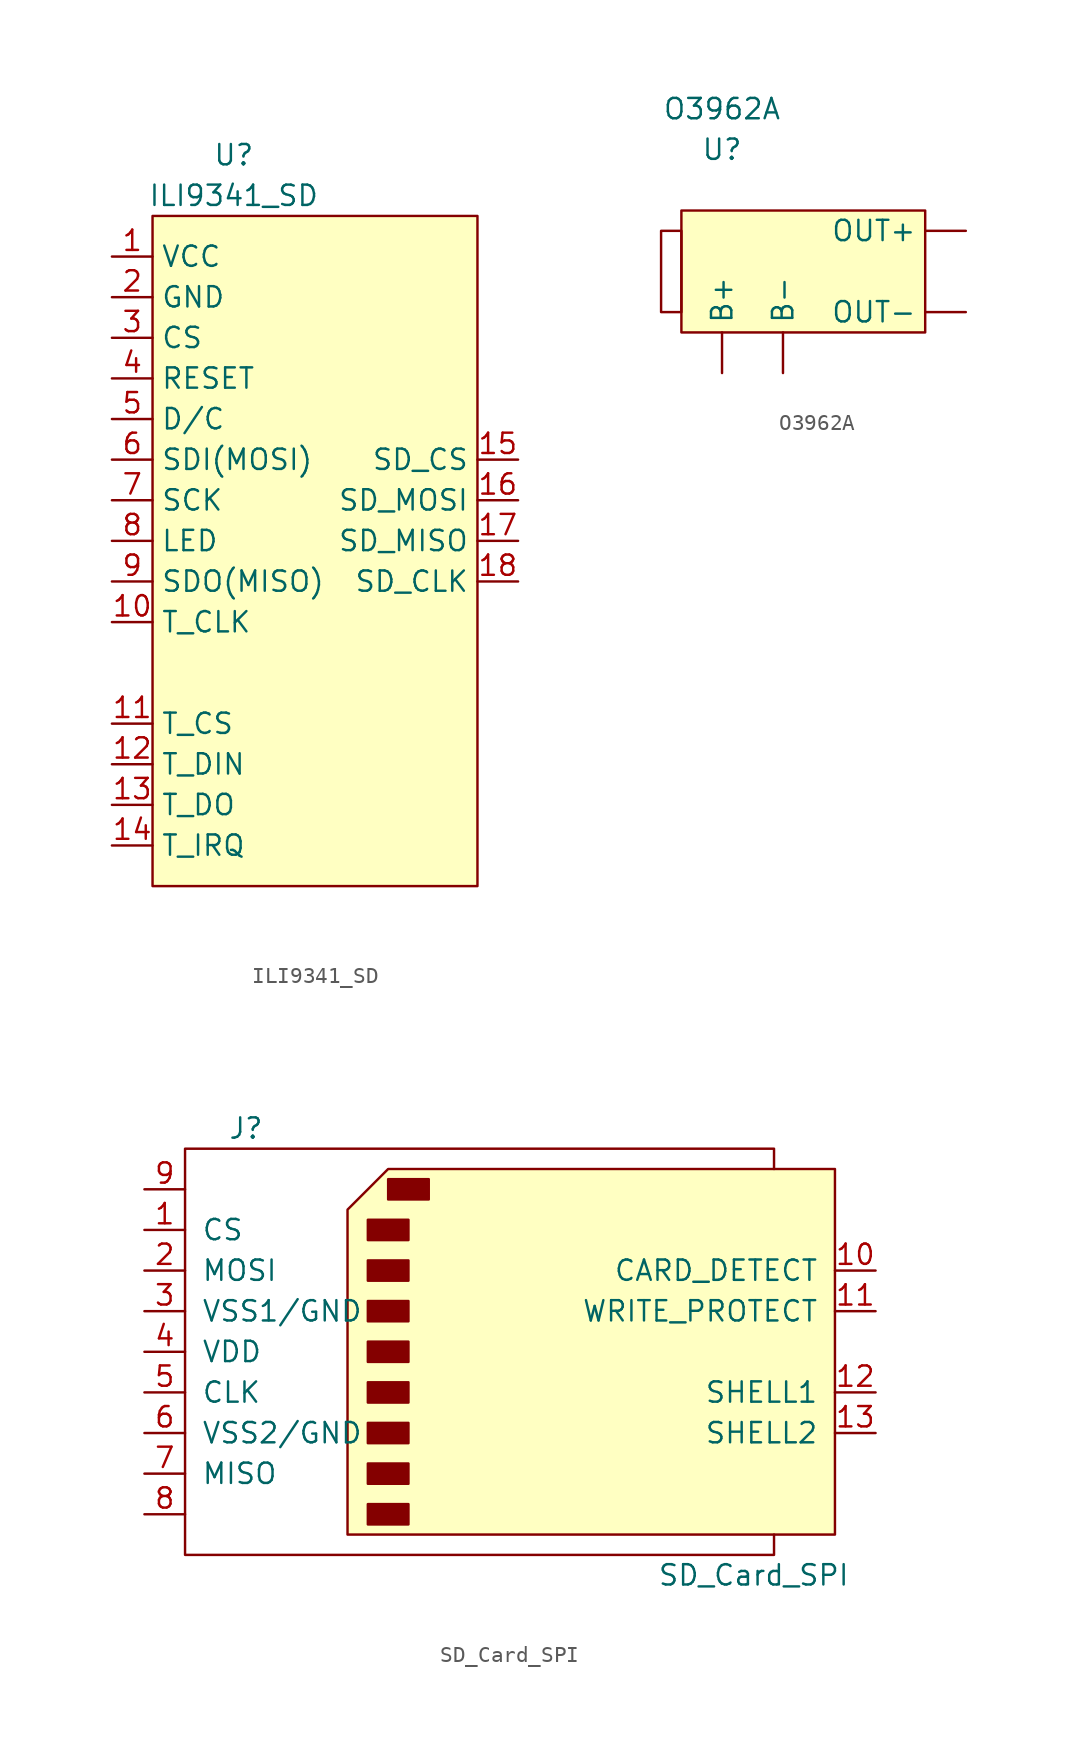
<source format=kicad_sym>
(kicad_symbol_lib
  (version 20211014)
  (generator kicad_symbol_editor)
  (symbol "ILI9341_SD"
    (property "Reference" "U"
      (at 0 12.7 0)
      (effects (font (size 1.27 1.27))))
    (property "Value" "ILI9341_SD"
      (at 0 10.16 0)
      (effects (font (size 1.27 1.27))))
    (symbol "ILI9341_SD_0_1"
      (rectangle (start -5.08 8.89) (end 15.24 -33.02) (stroke (width 0) (type default) (color 0 0 0 0)) (fill (type background))))
    (symbol "ILI9341_SD_1_1"
      (pin power_in line (at -7.62 6.35 0) (length 2.54) (name "VCC" (effects (font (size 1.27 1.27)))) (number "1" (effects (font (size 1.27 1.27)))))
      (pin input line (at -7.62 -16.51 0) (length 2.54) (name "T_CLK" (effects (font (size 1.27 1.27)))) (number "10" (effects (font (size 1.27 1.27)))))
      (pin input line (at -7.62 -22.86 0) (length 2.54) (name "T_CS" (effects (font (size 1.27 1.27)))) (number "11" (effects (font (size 1.27 1.27)))))
      (pin input line (at -7.62 -25.4 0) (length 2.54) (name "T_DIN" (effects (font (size 1.27 1.27)))) (number "12" (effects (font (size 1.27 1.27)))))
      (pin output line (at -7.62 -27.94 0) (length 2.54) (name "T_DO" (effects (font (size 1.27 1.27)))) (number "13" (effects (font (size 1.27 1.27)))))
      (pin output line (at -7.62 -30.48 0) (length 2.54) (name "T_IRQ" (effects (font (size 1.27 1.27)))) (number "14" (effects (font (size 1.27 1.27)))))
      (pin input line (at 17.78 -6.35 180) (length 2.54) (name "SD_CS" (effects (font (size 1.27 1.27)))) (number "15" (effects (font (size 1.27 1.27)))))
      (pin input line (at 17.78 -8.89 180) (length 2.54) (name "SD_MOSI" (effects (font (size 1.27 1.27)))) (number "16" (effects (font (size 1.27 1.27)))))
      (pin output line (at 17.78 -11.43 180) (length 2.54) (name "SD_MISO" (effects (font (size 1.27 1.27)))) (number "17" (effects (font (size 1.27 1.27)))))
      (pin input line (at 17.78 -13.97 180) (length 2.54) (name "SD_CLK" (effects (font (size 1.27 1.27)))) (number "18" (effects (font (size 1.27 1.27)))))
      (pin power_out line (at -7.62 3.81 0) (length 2.54) (name "GND" (effects (font (size 1.27 1.27)))) (number "2" (effects (font (size 1.27 1.27)))))
      (pin input line (at -7.62 1.27 0) (length 2.54) (name "CS" (effects (font (size 1.27 1.27)))) (number "3" (effects (font (size 1.27 1.27)))))
      (pin input line (at -7.62 -1.27 0) (length 2.54) (name "RESET" (effects (font (size 1.27 1.27)))) (number "4" (effects (font (size 1.27 1.27)))))
      (pin input line (at -7.62 -3.81 0) (length 2.54) (name "D/C" (effects (font (size 1.27 1.27)))) (number "5" (effects (font (size 1.27 1.27)))))
      (pin input line (at -7.62 -6.35 0) (length 2.54) (name "SDI(MOSI)" (effects (font (size 1.27 1.27)))) (number "6" (effects (font (size 1.27 1.27)))))
      (pin input line (at -7.62 -8.89 0) (length 2.54) (name "SCK" (effects (font (size 1.27 1.27)))) (number "7" (effects (font (size 1.27 1.27)))))
      (pin input line (at -7.62 -11.43 0) (length 2.54) (name "LED" (effects (font (size 1.27 1.27)))) (number "8" (effects (font (size 1.27 1.27)))))
      (pin output line (at -7.62 -13.97 0) (length 2.54) (name "SDO(MISO)" (effects (font (size 1.27 1.27)))) (number "9" (effects (font (size 1.27 1.27)))))))
  (symbol "O3962A"
    (property "Reference" "U"
      (at -3.81 5.08 0)
      (effects (font (size 1.27 1.27))))
    (property "Value" "O3962A"
      (at -3.81 7.62 0)
      (effects (font (size 1.27 1.27))))
    (symbol "O3962A_0_1"
      (rectangle (start -7.62 0) (end -6.35 -5.08) (stroke (width 0) (type default) (color 0 0 0 0)) (fill (type none)))
      (rectangle (start -6.35 1.27) (end 8.89 -6.35) (stroke (width 0) (type default) (color 0 0 0 0)) (fill (type background))))
    (symbol "O3962A_1_1"
      (pin power_in line (at -3.81 -8.89 90) (length 2.54) (name "B+" (effects (font (size 1.27 1.27)))) (number "" (effects (font (size 1.27 1.27)))))
      (pin power_out line (at 0 -8.89 90) (length 2.54) (name "B-" (effects (font (size 1.27 1.27)))) (number "" (effects (font (size 1.27 1.27)))))
      (pin power_out line (at 11.43 0 180) (length 2.54) (name "OUT+" (effects (font (size 1.27 1.27)))) (number "" (effects (font (size 1.27 1.27)))))
      (pin power_in line (at 11.43 -5.08 180) (length 2.54) (name "OUT-" (effects (font (size 1.27 1.27)))) (number "" (effects (font (size 1.27 1.27)))))))
  (symbol "SD_Card_SPI"
    (pin_names
      (offset 1.016))
    (property "Reference" "J"
      (at -16.51 13.97 0)
      (effects (font (size 1.27 1.27))))
    (property "Value" "SD_Card_SPI"
      (at 15.24 -13.97 0)
      (effects (font (size 1.27 1.27))))
    (symbol "SD_Card_SPI_0_1"
      (rectangle (start -8.89 -9.525) (end -6.35 -10.795) (stroke (width 0) (type default) (color 0 0 0 0)) (fill (type outline)))
      (rectangle (start -8.89 -6.985) (end -6.35 -8.255) (stroke (width 0) (type default) (color 0 0 0 0)) (fill (type outline)))
      (rectangle (start -8.89 -4.445) (end -6.35 -5.715) (stroke (width 0) (type default) (color 0 0 0 0)) (fill (type outline)))
      (rectangle (start -8.89 -1.905) (end -6.35 -3.175) (stroke (width 0) (type default) (color 0 0 0 0)) (fill (type outline)))
      (rectangle (start -8.89 0.635) (end -6.35 -0.635) (stroke (width 0) (type default) (color 0 0 0 0)) (fill (type outline)))
      (rectangle (start -8.89 3.175) (end -6.35 1.905) (stroke (width 0) (type default) (color 0 0 0 0)) (fill (type outline)))
      (rectangle (start -8.89 5.715) (end -6.35 4.445) (stroke (width 0) (type default) (color 0 0 0 0)) (fill (type outline)))
      (rectangle (start -8.89 8.255) (end -6.35 6.985) (stroke (width 0) (type default) (color 0 0 0 0)) (fill (type outline)))
      (rectangle (start -7.62 10.795) (end -5.08 9.525) (stroke (width 0) (type default) (color 0 0 0 0)) (fill (type outline)))
      (polyline (pts (xy -10.16 8.89) (xy -7.62 11.43) (xy 20.32 11.43) (xy 20.32 -11.43) (xy -10.16 -11.43) (xy -10.16 8.89)) (stroke (width 0) (type default) (color 0 0 0 0)) (fill (type background)))
      (polyline (pts (xy 16.51 11.43) (xy 16.51 12.7) (xy -20.32 12.7) (xy -20.32 -12.7) (xy 16.51 -12.7) (xy 16.51 -11.43)) (stroke (width 0) (type default) (color 0 0 0 0)) (fill (type none))))
    (symbol "SD_Card_SPI_1_1"
      (pin input line (at -22.86 7.62 0) (length 2.54) (name "CS" (effects (font (size 1.27 1.27)))) (number "1" (effects (font (size 1.27 1.27)))))
      (pin input line (at 22.86 5.08 180) (length 2.54) (name "CARD_DETECT" (effects (font (size 1.27 1.27)))) (number "10" (effects (font (size 1.27 1.27)))))
      (pin input line (at 22.86 2.54 180) (length 2.54) (name "WRITE_PROTECT" (effects (font (size 1.27 1.27)))) (number "11" (effects (font (size 1.27 1.27)))))
      (pin input line (at 22.86 -2.54 180) (length 2.54) (name "SHELL1" (effects (font (size 1.27 1.27)))) (number "12" (effects (font (size 1.27 1.27)))))
      (pin input line (at 22.86 -5.08 180) (length 2.54) (name "SHELL2" (effects (font (size 1.27 1.27)))) (number "13" (effects (font (size 1.27 1.27)))))
      (pin input line (at -22.86 5.08 0) (length 2.54) (name "MOSI" (effects (font (size 1.27 1.27)))) (number "2" (effects (font (size 1.27 1.27)))))
      (pin power_in line (at -22.86 2.54 0) (length 2.54) (name "VSS1/GND" (effects (font (size 1.27 1.27)))) (number "3" (effects (font (size 1.27 1.27)))))
      (pin power_in line (at -22.86 0 0) (length 2.54) (name "VDD" (effects (font (size 1.27 1.27)))) (number "4" (effects (font (size 1.27 1.27)))))
      (pin input line (at -22.86 -2.54 0) (length 2.54) (name "CLK" (effects (font (size 1.27 1.27)))) (number "5" (effects (font (size 1.27 1.27)))))
      (pin power_in line (at -22.86 -5.08 0) (length 2.54) (name "VSS2/GND" (effects (font (size 1.27 1.27)))) (number "6" (effects (font (size 1.27 1.27)))))
      (pin input line (at -22.86 -7.62 0) (length 2.54) (name "MISO" (effects (font (size 1.27 1.27)))) (number "7" (effects (font (size 1.27 1.27)))))
      (pin input line (at -22.86 -10.16 0) (length 2.54) (name "" (effects (font (size 1.27 1.27)))) (number "8" (effects (font (size 1.27 1.27)))))
      (pin input line (at -22.86 10.16 0) (length 2.54) (name "" (effects (font (size 1.27 1.27)))) (number "9" (effects (font (size 1.27 1.27))))))))
</source>
